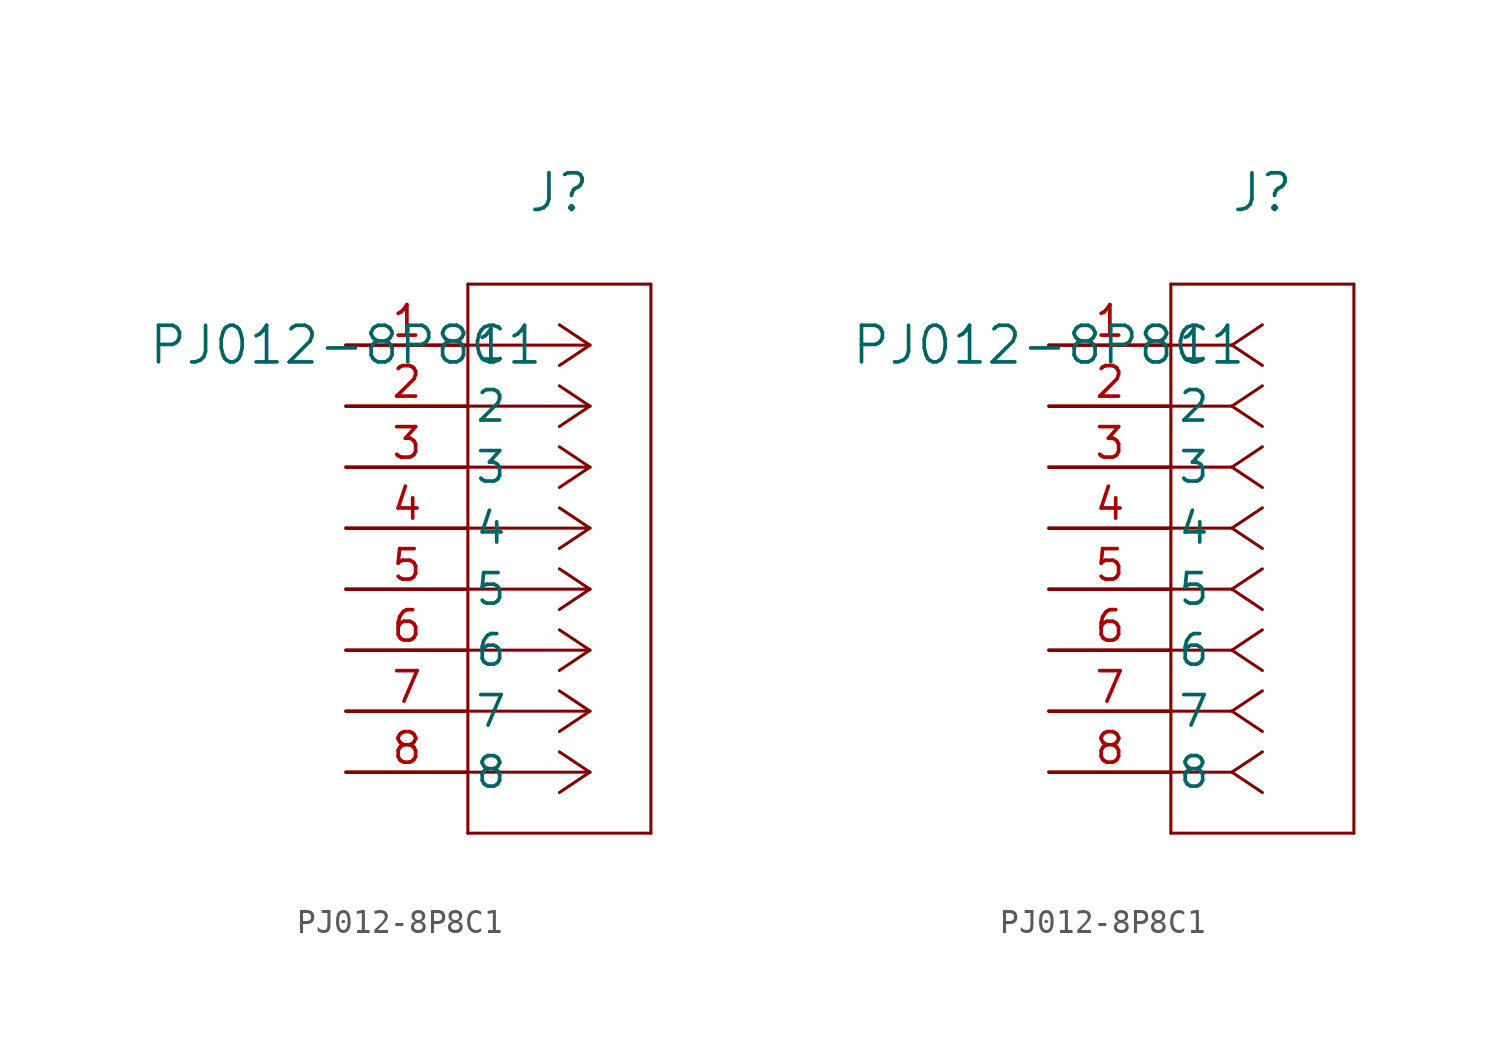
<source format=kicad_sym>
(kicad_symbol_lib
  (version 20211014)
  (generator kicad_symbol_editor)
  (symbol "PJ012-8P8C1"
    (pin_names
      (offset 0.254))
    (property "Reference" "J"
      (at 8.89 6.35 0)
      (effects (font (size 1.524 1.524))))
    (property "Value" "PJ012-8P8C1"
      (at 0 0 0)
      (effects (font (size 1.524 1.524))))
    (symbol "PJ012-8P8C1_1_1"
      (polyline (pts (xy 10.16 0) (xy 5.08 0)) (stroke (width 0.127) (type default) (color 0 0 0 0)) (fill (type none)))
      (polyline (pts (xy 10.16 -2.54) (xy 5.08 -2.54)) (stroke (width 0.127) (type default) (color 0 0 0 0)) (fill (type none)))
      (polyline (pts (xy 10.16 -5.08) (xy 5.08 -5.08)) (stroke (width 0.127) (type default) (color 0 0 0 0)) (fill (type none)))
      (polyline (pts (xy 10.16 -7.62) (xy 5.08 -7.62)) (stroke (width 0.127) (type default) (color 0 0 0 0)) (fill (type none)))
      (polyline (pts (xy 10.16 -10.16) (xy 5.08 -10.16)) (stroke (width 0.127) (type default) (color 0 0 0 0)) (fill (type none)))
      (polyline (pts (xy 10.16 -12.7) (xy 5.08 -12.7)) (stroke (width 0.127) (type default) (color 0 0 0 0)) (fill (type none)))
      (polyline (pts (xy 10.16 -15.24) (xy 5.08 -15.24)) (stroke (width 0.127) (type default) (color 0 0 0 0)) (fill (type none)))
      (polyline (pts (xy 10.16 -17.78) (xy 5.08 -17.78)) (stroke (width 0.127) (type default) (color 0 0 0 0)) (fill (type none)))
      (polyline (pts (xy 10.16 0) (xy 8.89 0.847)) (stroke (width 0.127) (type default) (color 0 0 0 0)) (fill (type none)))
      (polyline (pts (xy 10.16 -2.54) (xy 8.89 -1.693)) (stroke (width 0.127) (type default) (color 0 0 0 0)) (fill (type none)))
      (polyline (pts (xy 10.16 -5.08) (xy 8.89 -4.233)) (stroke (width 0.127) (type default) (color 0 0 0 0)) (fill (type none)))
      (polyline (pts (xy 10.16 -7.62) (xy 8.89 -6.773)) (stroke (width 0.127) (type default) (color 0 0 0 0)) (fill (type none)))
      (polyline (pts (xy 10.16 -10.16) (xy 8.89 -9.313)) (stroke (width 0.127) (type default) (color 0 0 0 0)) (fill (type none)))
      (polyline (pts (xy 10.16 -12.7) (xy 8.89 -11.853)) (stroke (width 0.127) (type default) (color 0 0 0 0)) (fill (type none)))
      (polyline (pts (xy 10.16 -15.24) (xy 8.89 -14.393)) (stroke (width 0.127) (type default) (color 0 0 0 0)) (fill (type none)))
      (polyline (pts (xy 10.16 -17.78) (xy 8.89 -16.933)) (stroke (width 0.127) (type default) (color 0 0 0 0)) (fill (type none)))
      (polyline (pts (xy 10.16 0) (xy 8.89 -0.847)) (stroke (width 0.127) (type default) (color 0 0 0 0)) (fill (type none)))
      (polyline (pts (xy 10.16 -2.54) (xy 8.89 -3.387)) (stroke (width 0.127) (type default) (color 0 0 0 0)) (fill (type none)))
      (polyline (pts (xy 10.16 -5.08) (xy 8.89 -5.927)) (stroke (width 0.127) (type default) (color 0 0 0 0)) (fill (type none)))
      (polyline (pts (xy 10.16 -7.62) (xy 8.89 -8.467)) (stroke (width 0.127) (type default) (color 0 0 0 0)) (fill (type none)))
      (polyline (pts (xy 10.16 -10.16) (xy 8.89 -11.007)) (stroke (width 0.127) (type default) (color 0 0 0 0)) (fill (type none)))
      (polyline (pts (xy 10.16 -12.7) (xy 8.89 -13.547)) (stroke (width 0.127) (type default) (color 0 0 0 0)) (fill (type none)))
      (polyline (pts (xy 10.16 -15.24) (xy 8.89 -16.087)) (stroke (width 0.127) (type default) (color 0 0 0 0)) (fill (type none)))
      (polyline (pts (xy 10.16 -17.78) (xy 8.89 -18.627)) (stroke (width 0.127) (type default) (color 0 0 0 0)) (fill (type none)))
      (polyline (pts (xy 5.08 2.54) (xy 5.08 -20.32)) (stroke (width 0.127) (type default) (color 0 0 0 0)) (fill (type none)))
      (polyline (pts (xy 5.08 -20.32) (xy 12.7 -20.32)) (stroke (width 0.127) (type default) (color 0 0 0 0)) (fill (type none)))
      (polyline (pts (xy 12.7 -20.32) (xy 12.7 2.54)) (stroke (width 0.127) (type default) (color 0 0 0 0)) (fill (type none)))
      (polyline (pts (xy 12.7 2.54) (xy 5.08 2.54)) (stroke (width 0.127) (type default) (color 0 0 0 0)) (fill (type none)))
      (pin unspecified line (at 0 0 0) (length 5.08) (name "1" (effects (font (size 1.27 1.27)))) (number "1" (effects (font (size 1.27 1.27)))))
      (pin unspecified line (at 0 -2.54 0) (length 5.08) (name "2" (effects (font (size 1.27 1.27)))) (number "2" (effects (font (size 1.27 1.27)))))
      (pin unspecified line (at 0 -5.08 0) (length 5.08) (name "3" (effects (font (size 1.27 1.27)))) (number "3" (effects (font (size 1.27 1.27)))))
      (pin unspecified line (at 0 -7.62 0) (length 5.08) (name "4" (effects (font (size 1.27 1.27)))) (number "4" (effects (font (size 1.27 1.27)))))
      (pin unspecified line (at 0 -10.16 0) (length 5.08) (name "5" (effects (font (size 1.27 1.27)))) (number "5" (effects (font (size 1.27 1.27)))))
      (pin unspecified line (at 0 -12.7 0) (length 5.08) (name "6" (effects (font (size 1.27 1.27)))) (number "6" (effects (font (size 1.27 1.27)))))
      (pin unspecified line (at 0 -15.24 0) (length 5.08) (name "7" (effects (font (size 1.27 1.27)))) (number "7" (effects (font (size 1.27 1.27)))))
      (pin unspecified line (at 0 -17.78 0) (length 5.08) (name "8" (effects (font (size 1.27 1.27)))) (number "8" (effects (font (size 1.27 1.27))))))
    (symbol "PJ012-8P8C1_1_2"
      (polyline (pts (xy 7.62 0) (xy 5.08 0)) (stroke (width 0.127) (type default) (color 0 0 0 0)) (fill (type none)))
      (polyline (pts (xy 7.62 -2.54) (xy 5.08 -2.54)) (stroke (width 0.127) (type default) (color 0 0 0 0)) (fill (type none)))
      (polyline (pts (xy 7.62 -5.08) (xy 5.08 -5.08)) (stroke (width 0.127) (type default) (color 0 0 0 0)) (fill (type none)))
      (polyline (pts (xy 7.62 -7.62) (xy 5.08 -7.62)) (stroke (width 0.127) (type default) (color 0 0 0 0)) (fill (type none)))
      (polyline (pts (xy 7.62 -10.16) (xy 5.08 -10.16)) (stroke (width 0.127) (type default) (color 0 0 0 0)) (fill (type none)))
      (polyline (pts (xy 7.62 -12.7) (xy 5.08 -12.7)) (stroke (width 0.127) (type default) (color 0 0 0 0)) (fill (type none)))
      (polyline (pts (xy 7.62 -15.24) (xy 5.08 -15.24)) (stroke (width 0.127) (type default) (color 0 0 0 0)) (fill (type none)))
      (polyline (pts (xy 7.62 -17.78) (xy 5.08 -17.78)) (stroke (width 0.127) (type default) (color 0 0 0 0)) (fill (type none)))
      (polyline (pts (xy 7.62 0) (xy 8.89 0.847)) (stroke (width 0.127) (type default) (color 0 0 0 0)) (fill (type none)))
      (polyline (pts (xy 7.62 -2.54) (xy 8.89 -1.693)) (stroke (width 0.127) (type default) (color 0 0 0 0)) (fill (type none)))
      (polyline (pts (xy 7.62 -5.08) (xy 8.89 -4.233)) (stroke (width 0.127) (type default) (color 0 0 0 0)) (fill (type none)))
      (polyline (pts (xy 7.62 -7.62) (xy 8.89 -6.773)) (stroke (width 0.127) (type default) (color 0 0 0 0)) (fill (type none)))
      (polyline (pts (xy 7.62 -10.16) (xy 8.89 -9.313)) (stroke (width 0.127) (type default) (color 0 0 0 0)) (fill (type none)))
      (polyline (pts (xy 7.62 -12.7) (xy 8.89 -11.853)) (stroke (width 0.127) (type default) (color 0 0 0 0)) (fill (type none)))
      (polyline (pts (xy 7.62 -15.24) (xy 8.89 -14.393)) (stroke (width 0.127) (type default) (color 0 0 0 0)) (fill (type none)))
      (polyline (pts (xy 7.62 -17.78) (xy 8.89 -16.933)) (stroke (width 0.127) (type default) (color 0 0 0 0)) (fill (type none)))
      (polyline (pts (xy 7.62 0) (xy 8.89 -0.847)) (stroke (width 0.127) (type default) (color 0 0 0 0)) (fill (type none)))
      (polyline (pts (xy 7.62 -2.54) (xy 8.89 -3.387)) (stroke (width 0.127) (type default) (color 0 0 0 0)) (fill (type none)))
      (polyline (pts (xy 7.62 -5.08) (xy 8.89 -5.927)) (stroke (width 0.127) (type default) (color 0 0 0 0)) (fill (type none)))
      (polyline (pts (xy 7.62 -7.62) (xy 8.89 -8.467)) (stroke (width 0.127) (type default) (color 0 0 0 0)) (fill (type none)))
      (polyline (pts (xy 7.62 -10.16) (xy 8.89 -11.007)) (stroke (width 0.127) (type default) (color 0 0 0 0)) (fill (type none)))
      (polyline (pts (xy 7.62 -12.7) (xy 8.89 -13.547)) (stroke (width 0.127) (type default) (color 0 0 0 0)) (fill (type none)))
      (polyline (pts (xy 7.62 -15.24) (xy 8.89 -16.087)) (stroke (width 0.127) (type default) (color 0 0 0 0)) (fill (type none)))
      (polyline (pts (xy 7.62 -17.78) (xy 8.89 -18.627)) (stroke (width 0.127) (type default) (color 0 0 0 0)) (fill (type none)))
      (polyline (pts (xy 5.08 2.54) (xy 5.08 -20.32)) (stroke (width 0.127) (type default) (color 0 0 0 0)) (fill (type none)))
      (polyline (pts (xy 5.08 -20.32) (xy 12.7 -20.32)) (stroke (width 0.127) (type default) (color 0 0 0 0)) (fill (type none)))
      (polyline (pts (xy 12.7 -20.32) (xy 12.7 2.54)) (stroke (width 0.127) (type default) (color 0 0 0 0)) (fill (type none)))
      (polyline (pts (xy 12.7 2.54) (xy 5.08 2.54)) (stroke (width 0.127) (type default) (color 0 0 0 0)) (fill (type none)))
      (pin unspecified line (at 0 0 0) (length 5.08) (name "1" (effects (font (size 1.27 1.27)))) (number "1" (effects (font (size 1.27 1.27)))))
      (pin unspecified line (at 0 -2.54 0) (length 5.08) (name "2" (effects (font (size 1.27 1.27)))) (number "2" (effects (font (size 1.27 1.27)))))
      (pin unspecified line (at 0 -5.08 0) (length 5.08) (name "3" (effects (font (size 1.27 1.27)))) (number "3" (effects (font (size 1.27 1.27)))))
      (pin unspecified line (at 0 -7.62 0) (length 5.08) (name "4" (effects (font (size 1.27 1.27)))) (number "4" (effects (font (size 1.27 1.27)))))
      (pin unspecified line (at 0 -10.16 0) (length 5.08) (name "5" (effects (font (size 1.27 1.27)))) (number "5" (effects (font (size 1.27 1.27)))))
      (pin unspecified line (at 0 -12.7 0) (length 5.08) (name "6" (effects (font (size 1.27 1.27)))) (number "6" (effects (font (size 1.27 1.27)))))
      (pin unspecified line (at 0 -15.24 0) (length 5.08) (name "7" (effects (font (size 1.27 1.27)))) (number "7" (effects (font (size 1.27 1.27)))))
      (pin unspecified line (at 0 -17.78 0) (length 5.08) (name "8" (effects (font (size 1.27 1.27)))) (number "8" (effects (font (size 1.27 1.27))))))))
</source>
